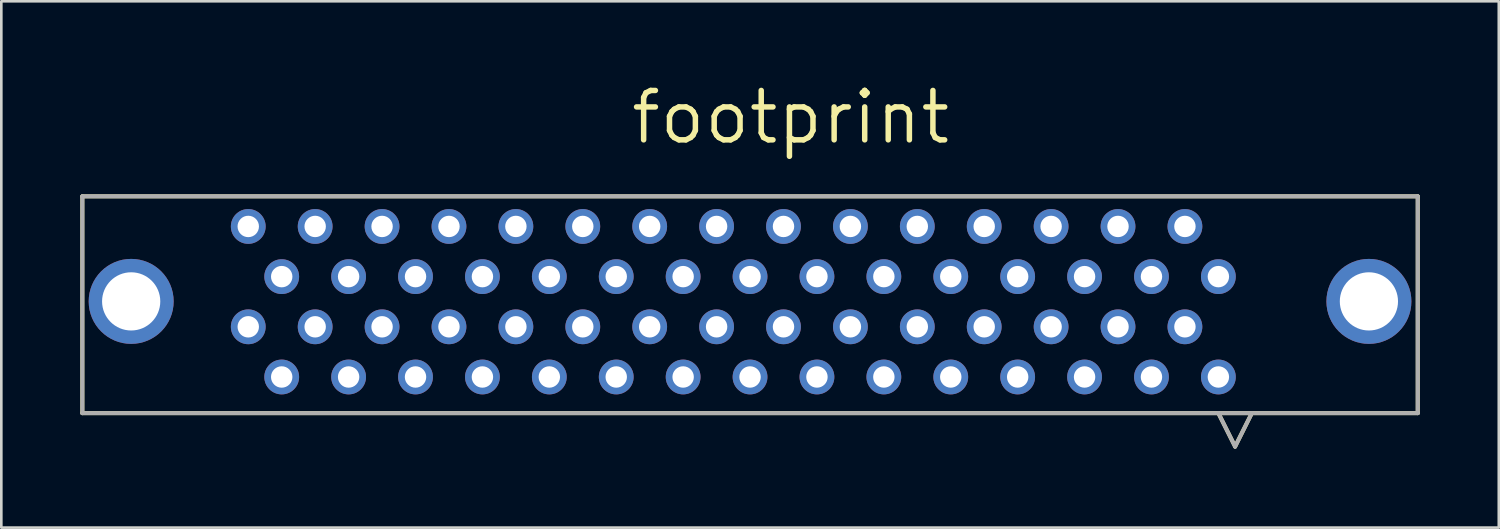
<source format=kicad_pcb>
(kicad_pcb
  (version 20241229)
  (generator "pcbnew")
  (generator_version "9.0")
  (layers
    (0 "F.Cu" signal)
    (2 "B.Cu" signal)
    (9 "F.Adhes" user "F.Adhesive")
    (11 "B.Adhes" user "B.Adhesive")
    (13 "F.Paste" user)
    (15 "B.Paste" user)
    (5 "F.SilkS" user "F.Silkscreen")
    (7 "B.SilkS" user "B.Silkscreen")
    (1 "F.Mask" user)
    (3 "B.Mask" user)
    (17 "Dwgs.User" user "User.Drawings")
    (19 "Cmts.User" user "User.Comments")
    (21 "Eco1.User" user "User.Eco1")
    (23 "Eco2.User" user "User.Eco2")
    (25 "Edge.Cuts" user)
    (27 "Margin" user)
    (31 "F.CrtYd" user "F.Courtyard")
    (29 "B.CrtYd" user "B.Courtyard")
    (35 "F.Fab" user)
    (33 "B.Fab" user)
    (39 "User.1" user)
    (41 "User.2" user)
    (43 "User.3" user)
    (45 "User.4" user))
  (footprint "footprint"
    (layer "F.Cu")
    (at 25.425 4.404)
    (property "Reference" "footprint" (at -4.623 -1.905 0) (layer "F.SilkS") (effects (font (size 1.875 1.875) (thickness 0.208)) (justify left bottom)))
    (fp_line (start -25.349 0) (end -25.349 8.23) (stroke (width 0.152) (type solid)) (layer "F.SilkS"))
    (fp_line (start -25.349 8.23) (end 25.349 8.23) (stroke (width 0.152) (type solid)) (layer "F.SilkS"))
    (fp_line (start 17.78 8.23) (end 18.415 9.5) (stroke (width 0.152) (type solid)) (layer "F.SilkS"))
    (fp_line (start 19.05 8.23) (end 18.415 9.5) (stroke (width 0.152) (type solid)) (layer "F.SilkS"))
    (fp_line (start 25.349 0) (end -25.349 0) (stroke (width 0.152) (type solid)) (layer "F.SilkS"))
    (fp_line (start 25.349 8.23) (end 25.349 0) (stroke (width 0.152) (type solid)) (layer "F.SilkS"))
    (fp_line (start -25.349 0) (end -25.349 8.23) (stroke (width 0.152) (type solid)) (layer "F.Fab"))
    (fp_line (start -25.349 8.23) (end 25.349 8.23) (stroke (width 0.152) (type solid)) (layer "F.Fab"))
    (fp_line (start 17.78 8.23) (end 18.415 9.5) (stroke (width 0.152) (type solid)) (layer "F.Fab"))
    (fp_line (start 19.05 8.23) (end 18.415 9.5) (stroke (width 0.152) (type solid)) (layer "F.Fab"))
    (fp_line (start 25.349 0) (end -25.349 0) (stroke (width 0.152) (type solid)) (layer "F.Fab"))
    (fp_line (start 25.349 8.23) (end 25.349 0) (stroke (width 0.152) (type solid)) (layer "F.Fab"))
    (pad "1" thru_hole circle (at 17.78 6.858) (size 1.321 1.321) (drill 0.813) (layers "*.Cu" "*.Mask"))
    (pad "2" thru_hole circle (at 16.51 4.953) (size 1.321 1.321) (drill 0.813) (layers "*.Cu" "*.Mask"))
    (pad "3" thru_hole circle (at 15.24 6.858) (size 1.321 1.321) (drill 0.813) (layers "*.Cu" "*.Mask"))
    (pad "4" thru_hole circle (at 13.97 4.953) (size 1.321 1.321) (drill 0.813) (layers "*.Cu" "*.Mask"))
    (pad "5" thru_hole circle (at 12.7 6.858) (size 1.321 1.321) (drill 0.813) (layers "*.Cu" "*.Mask"))
    (pad "6" thru_hole circle (at 11.43 4.953) (size 1.321 1.321) (drill 0.813) (layers "*.Cu" "*.Mask"))
    (pad "7" thru_hole circle (at 10.16 6.858) (size 1.321 1.321) (drill 0.813) (layers "*.Cu" "*.Mask"))
    (pad "8" thru_hole circle (at 8.89 4.953) (size 1.321 1.321) (drill 0.813) (layers "*.Cu" "*.Mask"))
    (pad "9" thru_hole circle (at 7.62 6.858) (size 1.321 1.321) (drill 0.813) (layers "*.Cu" "*.Mask"))
    (pad "10" thru_hole circle (at 6.35 4.953) (size 1.321 1.321) (drill 0.813) (layers "*.Cu" "*.Mask"))
    (pad "11" thru_hole circle (at 5.08 6.858) (size 1.321 1.321) (drill 0.813) (layers "*.Cu" "*.Mask"))
    (pad "12" thru_hole circle (at 3.81 4.953) (size 1.321 1.321) (drill 0.813) (layers "*.Cu" "*.Mask"))
    (pad "13" thru_hole circle (at 2.54 6.858) (size 1.321 1.321) (drill 0.813) (layers "*.Cu" "*.Mask"))
    (pad "14" thru_hole circle (at 1.27 4.953) (size 1.321 1.321) (drill 0.813) (layers "*.Cu" "*.Mask"))
    (pad "15" thru_hole circle (at 0 6.858) (size 1.321 1.321) (drill 0.813) (layers "*.Cu" "*.Mask"))
    (pad "16" thru_hole circle (at -1.27 4.953) (size 1.321 1.321) (drill 0.813) (layers "*.Cu" "*.Mask"))
    (pad "17" thru_hole circle (at -2.54 6.858) (size 1.321 1.321) (drill 0.813) (layers "*.Cu" "*.Mask"))
    (pad "18" thru_hole circle (at -3.81 4.953) (size 1.321 1.321) (drill 0.813) (layers "*.Cu" "*.Mask"))
    (pad "19" thru_hole circle (at -5.08 6.858) (size 1.321 1.321) (drill 0.813) (layers "*.Cu" "*.Mask"))
    (pad "20" thru_hole circle (at -6.35 4.953) (size 1.321 1.321) (drill 0.813) (layers "*.Cu" "*.Mask"))
    (pad "21" thru_hole circle (at -7.62 6.858) (size 1.321 1.321) (drill 0.813) (layers "*.Cu" "*.Mask"))
    (pad "22" thru_hole circle (at -8.89 4.953) (size 1.321 1.321) (drill 0.813) (layers "*.Cu" "*.Mask"))
    (pad "23" thru_hole circle (at -10.16 6.858) (size 1.321 1.321) (drill 0.813) (layers "*.Cu" "*.Mask"))
    (pad "24" thru_hole circle (at -11.43 4.953) (size 1.321 1.321) (drill 0.813) (layers "*.Cu" "*.Mask"))
    (pad "25" thru_hole circle (at -12.7 6.858) (size 1.321 1.321) (drill 0.813) (layers "*.Cu" "*.Mask"))
    (pad "26" thru_hole circle (at -13.97 4.953) (size 1.321 1.321) (drill 0.813) (layers "*.Cu" "*.Mask"))
    (pad "27" thru_hole circle (at -15.24 6.858) (size 1.321 1.321) (drill 0.813) (layers "*.Cu" "*.Mask"))
    (pad "28" thru_hole circle (at -16.51 4.953) (size 1.321 1.321) (drill 0.813) (layers "*.Cu" "*.Mask"))
    (pad "29" thru_hole circle (at -17.78 6.858) (size 1.321 1.321) (drill 0.813) (layers "*.Cu" "*.Mask"))
    (pad "30" thru_hole circle (at -19.05 4.953) (size 1.321 1.321) (drill 0.813) (layers "*.Cu" "*.Mask"))
    (pad "31" thru_hole circle (at 17.78 3.048) (size 1.321 1.321) (drill 0.813) (layers "*.Cu" "*.Mask"))
    (pad "32" thru_hole circle (at 16.51 1.143) (size 1.321 1.321) (drill 0.813) (layers "*.Cu" "*.Mask"))
    (pad "33" thru_hole circle (at 15.24 3.048) (size 1.321 1.321) (drill 0.813) (layers "*.Cu" "*.Mask"))
    (pad "34" thru_hole circle (at 13.97 1.143) (size 1.321 1.321) (drill 0.813) (layers "*.Cu" "*.Mask"))
    (pad "35" thru_hole circle (at 12.7 3.048) (size 1.321 1.321) (drill 0.813) (layers "*.Cu" "*.Mask"))
    (pad "36" thru_hole circle (at 11.43 1.143) (size 1.321 1.321) (drill 0.813) (layers "*.Cu" "*.Mask"))
    (pad "37" thru_hole circle (at 10.16 3.048) (size 1.321 1.321) (drill 0.813) (layers "*.Cu" "*.Mask"))
    (pad "38" thru_hole circle (at 8.89 1.143) (size 1.321 1.321) (drill 0.813) (layers "*.Cu" "*.Mask"))
    (pad "39" thru_hole circle (at 7.62 3.048) (size 1.321 1.321) (drill 0.813) (layers "*.Cu" "*.Mask"))
    (pad "40" thru_hole circle (at 6.35 1.143) (size 1.321 1.321) (drill 0.813) (layers "*.Cu" "*.Mask"))
    (pad "41" thru_hole circle (at 5.08 3.048) (size 1.321 1.321) (drill 0.813) (layers "*.Cu" "*.Mask"))
    (pad "42" thru_hole circle (at 3.81 1.143) (size 1.321 1.321) (drill 0.813) (layers "*.Cu" "*.Mask"))
    (pad "43" thru_hole circle (at 2.54 3.048) (size 1.321 1.321) (drill 0.813) (layers "*.Cu" "*.Mask"))
    (pad "44" thru_hole circle (at 1.27 1.143) (size 1.321 1.321) (drill 0.813) (layers "*.Cu" "*.Mask"))
    (pad "45" thru_hole circle (at 0 3.048) (size 1.321 1.321) (drill 0.813) (layers "*.Cu" "*.Mask"))
    (pad "46" thru_hole circle (at -1.27 1.143) (size 1.321 1.321) (drill 0.813) (layers "*.Cu" "*.Mask"))
    (pad "47" thru_hole circle (at -2.54 3.048) (size 1.321 1.321) (drill 0.813) (layers "*.Cu" "*.Mask"))
    (pad "48" thru_hole circle (at -3.81 1.143) (size 1.321 1.321) (drill 0.813) (layers "*.Cu" "*.Mask"))
    (pad "49" thru_hole circle (at -5.08 3.048) (size 1.321 1.321) (drill 0.813) (layers "*.Cu" "*.Mask"))
    (pad "50" thru_hole circle (at -6.35 1.143) (size 1.321 1.321) (drill 0.813) (layers "*.Cu" "*.Mask"))
    (pad "51" thru_hole circle (at -7.62 3.048) (size 1.321 1.321) (drill 0.813) (layers "*.Cu" "*.Mask"))
    (pad "52" thru_hole circle (at -8.89 1.143) (size 1.321 1.321) (drill 0.813) (layers "*.Cu" "*.Mask"))
    (pad "53" thru_hole circle (at -10.16 3.048) (size 1.321 1.321) (drill 0.813) (layers "*.Cu" "*.Mask"))
    (pad "54" thru_hole circle (at -11.43 1.143) (size 1.321 1.321) (drill 0.813) (layers "*.Cu" "*.Mask"))
    (pad "55" thru_hole circle (at -12.7 3.048) (size 1.321 1.321) (drill 0.813) (layers "*.Cu" "*.Mask"))
    (pad "56" thru_hole circle (at -13.97 1.143) (size 1.321 1.321) (drill 0.813) (layers "*.Cu" "*.Mask"))
    (pad "57" thru_hole circle (at -15.24 3.048) (size 1.321 1.321) (drill 0.813) (layers "*.Cu" "*.Mask"))
    (pad "58" thru_hole circle (at -16.51 1.143) (size 1.321 1.321) (drill 0.813) (layers "*.Cu" "*.Mask"))
    (pad "59" thru_hole circle (at -17.78 3.048) (size 1.321 1.321) (drill 0.813) (layers "*.Cu" "*.Mask"))
    (pad "60" thru_hole circle (at -19.05 1.143) (size 1.321 1.321) (drill 0.813) (layers "*.Cu" "*.Mask"))
    (pad "61" thru_hole circle (at -23.495 3.988) (size 3.226 3.226) (drill 2.21) (layers "*.Cu" "*.Mask"))
    (pad "62" thru_hole circle (at 23.495 3.988) (size 3.226 3.226) (drill 2.21) (layers "*.Cu" "*.Mask")))
  (gr_rect
    (start -3 -3)
    (end 53.851 16.98)
    (stroke (width 0.1) (type default))
    (fill no)
    (layer "Edge.Cuts")))
</source>
